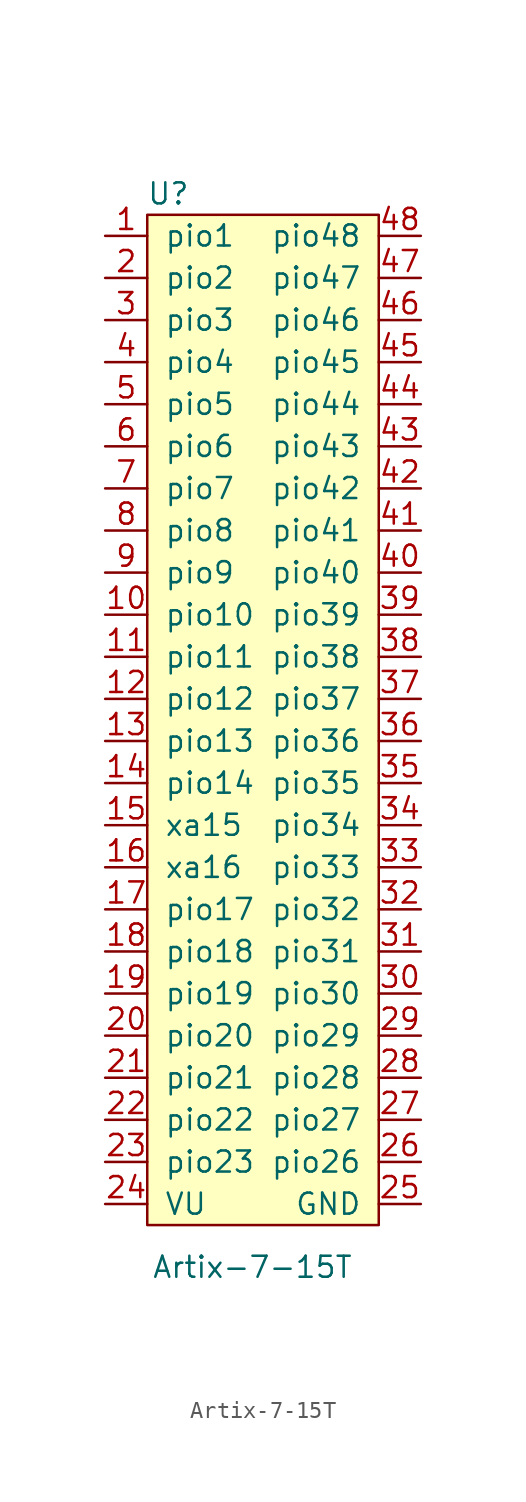
<source format=kicad_sym>
(kicad_symbol_lib
  (version 20211014)
  (generator kicad_symbol_editor)
  (symbol "Artix-7-15T"
    (pin_names
      (offset 1.016))
    (property "Reference" "U"
      (at -5.08 34.29 0)
      (effects (font (size 1.27 1.27))))
    (property "Value" "Artix-7-15T"
      (at 0 -30.48 0)
      (effects (font (size 1.27 1.27))))
    (symbol "Artix-7-15T_0_1"
      (rectangle (start -6.35 33.02) (end 7.62 -27.94) (stroke (width 0) (type default) (color 0 0 0 0)) (fill (type background))))
    (symbol "Artix-7-15T_1_1"
      (pin tri_state line (at -8.89 31.75 0) (length 2.54) (name "pio1" (effects (font (size 1.27 1.27)))) (number "1" (effects (font (size 1.27 1.27)))))
      (pin tri_state line (at -8.89 8.89 0) (length 2.54) (name "pio10" (effects (font (size 1.27 1.27)))) (number "10" (effects (font (size 1.27 1.27)))))
      (pin tri_state line (at -8.89 6.35 0) (length 2.54) (name "pio11" (effects (font (size 1.27 1.27)))) (number "11" (effects (font (size 1.27 1.27)))))
      (pin tri_state line (at -8.89 3.81 0) (length 2.54) (name "pio12" (effects (font (size 1.27 1.27)))) (number "12" (effects (font (size 1.27 1.27)))))
      (pin tri_state line (at -8.89 1.27 0) (length 2.54) (name "pio13" (effects (font (size 1.27 1.27)))) (number "13" (effects (font (size 1.27 1.27)))))
      (pin tri_state line (at -8.89 -1.27 0) (length 2.54) (name "pio14" (effects (font (size 1.27 1.27)))) (number "14" (effects (font (size 1.27 1.27)))))
      (pin tri_state line (at -8.89 -3.81 0) (length 2.54) (name "xa15" (effects (font (size 1.27 1.27)))) (number "15" (effects (font (size 1.27 1.27)))))
      (pin tri_state line (at -8.89 -6.35 0) (length 2.54) (name "xa16" (effects (font (size 1.27 1.27)))) (number "16" (effects (font (size 1.27 1.27)))))
      (pin tri_state line (at -8.89 -8.89 0) (length 2.54) (name "pio17" (effects (font (size 1.27 1.27)))) (number "17" (effects (font (size 1.27 1.27)))))
      (pin tri_state line (at -8.89 -11.43 0) (length 2.54) (name "pio18" (effects (font (size 1.27 1.27)))) (number "18" (effects (font (size 1.27 1.27)))))
      (pin tri_state line (at -8.89 -13.97 0) (length 2.54) (name "pio19" (effects (font (size 1.27 1.27)))) (number "19" (effects (font (size 1.27 1.27)))))
      (pin tri_state line (at -8.89 29.21 0) (length 2.54) (name "pio2" (effects (font (size 1.27 1.27)))) (number "2" (effects (font (size 1.27 1.27)))))
      (pin tri_state line (at -8.89 -16.51 0) (length 2.54) (name "pio20" (effects (font (size 1.27 1.27)))) (number "20" (effects (font (size 1.27 1.27)))))
      (pin tri_state line (at -8.89 -19.05 0) (length 2.54) (name "pio21" (effects (font (size 1.27 1.27)))) (number "21" (effects (font (size 1.27 1.27)))))
      (pin tri_state line (at -8.89 -21.59 0) (length 2.54) (name "pio22" (effects (font (size 1.27 1.27)))) (number "22" (effects (font (size 1.27 1.27)))))
      (pin tri_state line (at -8.89 -24.13 0) (length 2.54) (name "pio23" (effects (font (size 1.27 1.27)))) (number "23" (effects (font (size 1.27 1.27)))))
      (pin power_in line (at -8.89 -26.67 0) (length 2.54) (name "VU" (effects (font (size 1.27 1.27)))) (number "24" (effects (font (size 1.27 1.27)))))
      (pin input line (at 10.16 -26.67 180) (length 2.54) (name "GND" (effects (font (size 1.27 1.27)))) (number "25" (effects (font (size 1.27 1.27)))))
      (pin tri_state line (at 10.16 -24.13 180) (length 2.54) (name "pio26" (effects (font (size 1.27 1.27)))) (number "26" (effects (font (size 1.27 1.27)))))
      (pin tri_state line (at 10.16 -21.59 180) (length 2.54) (name "pio27" (effects (font (size 1.27 1.27)))) (number "27" (effects (font (size 1.27 1.27)))))
      (pin tri_state line (at 10.16 -19.05 180) (length 2.54) (name "pio28" (effects (font (size 1.27 1.27)))) (number "28" (effects (font (size 1.27 1.27)))))
      (pin tri_state line (at 10.16 -16.51 180) (length 2.54) (name "pio29" (effects (font (size 1.27 1.27)))) (number "29" (effects (font (size 1.27 1.27)))))
      (pin tri_state line (at -8.89 26.67 0) (length 2.54) (name "pio3" (effects (font (size 1.27 1.27)))) (number "3" (effects (font (size 1.27 1.27)))))
      (pin tri_state line (at 10.16 -13.97 180) (length 2.54) (name "pio30" (effects (font (size 1.27 1.27)))) (number "30" (effects (font (size 1.27 1.27)))))
      (pin tri_state line (at 10.16 -11.43 180) (length 2.54) (name "pio31" (effects (font (size 1.27 1.27)))) (number "31" (effects (font (size 1.27 1.27)))))
      (pin tri_state line (at 10.16 -8.89 180) (length 2.54) (name "pio32" (effects (font (size 1.27 1.27)))) (number "32" (effects (font (size 1.27 1.27)))))
      (pin tri_state line (at 10.16 -6.35 180) (length 2.54) (name "pio33" (effects (font (size 1.27 1.27)))) (number "33" (effects (font (size 1.27 1.27)))))
      (pin tri_state line (at 10.16 -3.81 180) (length 2.54) (name "pio34" (effects (font (size 1.27 1.27)))) (number "34" (effects (font (size 1.27 1.27)))))
      (pin tri_state line (at 10.16 -1.27 180) (length 2.54) (name "pio35" (effects (font (size 1.27 1.27)))) (number "35" (effects (font (size 1.27 1.27)))))
      (pin tri_state line (at 10.16 1.27 180) (length 2.54) (name "pio36" (effects (font (size 1.27 1.27)))) (number "36" (effects (font (size 1.27 1.27)))))
      (pin tri_state line (at 10.16 3.81 180) (length 2.54) (name "pio37" (effects (font (size 1.27 1.27)))) (number "37" (effects (font (size 1.27 1.27)))))
      (pin tri_state line (at 10.16 6.35 180) (length 2.54) (name "pio38" (effects (font (size 1.27 1.27)))) (number "38" (effects (font (size 1.27 1.27)))))
      (pin tri_state line (at 10.16 8.89 180) (length 2.54) (name "pio39" (effects (font (size 1.27 1.27)))) (number "39" (effects (font (size 1.27 1.27)))))
      (pin tri_state line (at -8.89 24.13 0) (length 2.54) (name "pio4" (effects (font (size 1.27 1.27)))) (number "4" (effects (font (size 1.27 1.27)))))
      (pin tri_state line (at 10.16 11.43 180) (length 2.54) (name "pio40" (effects (font (size 1.27 1.27)))) (number "40" (effects (font (size 1.27 1.27)))))
      (pin tri_state line (at 10.16 13.97 180) (length 2.54) (name "pio41" (effects (font (size 1.27 1.27)))) (number "41" (effects (font (size 1.27 1.27)))))
      (pin tri_state line (at 10.16 16.51 180) (length 2.54) (name "pio42" (effects (font (size 1.27 1.27)))) (number "42" (effects (font (size 1.27 1.27)))))
      (pin tri_state line (at 10.16 19.05 180) (length 2.54) (name "pio43" (effects (font (size 1.27 1.27)))) (number "43" (effects (font (size 1.27 1.27)))))
      (pin tri_state line (at 10.16 21.59 180) (length 2.54) (name "pio44" (effects (font (size 1.27 1.27)))) (number "44" (effects (font (size 1.27 1.27)))))
      (pin tri_state line (at 10.16 24.13 180) (length 2.54) (name "pio45" (effects (font (size 1.27 1.27)))) (number "45" (effects (font (size 1.27 1.27)))))
      (pin tri_state line (at 10.16 26.67 180) (length 2.54) (name "pio46" (effects (font (size 1.27 1.27)))) (number "46" (effects (font (size 1.27 1.27)))))
      (pin tri_state line (at 10.16 29.21 180) (length 2.54) (name "pio47" (effects (font (size 1.27 1.27)))) (number "47" (effects (font (size 1.27 1.27)))))
      (pin tri_state line (at 10.16 31.75 180) (length 2.54) (name "pio48" (effects (font (size 1.27 1.27)))) (number "48" (effects (font (size 1.27 1.27)))))
      (pin tri_state line (at -8.89 21.59 0) (length 2.54) (name "pio5" (effects (font (size 1.27 1.27)))) (number "5" (effects (font (size 1.27 1.27)))))
      (pin tri_state line (at -8.89 19.05 0) (length 2.54) (name "pio6" (effects (font (size 1.27 1.27)))) (number "6" (effects (font (size 1.27 1.27)))))
      (pin tri_state line (at -8.89 16.51 0) (length 2.54) (name "pio7" (effects (font (size 1.27 1.27)))) (number "7" (effects (font (size 1.27 1.27)))))
      (pin tri_state line (at -8.89 13.97 0) (length 2.54) (name "pio8" (effects (font (size 1.27 1.27)))) (number "8" (effects (font (size 1.27 1.27)))))
      (pin tri_state line (at -8.89 11.43 0) (length 2.54) (name "pio9" (effects (font (size 1.27 1.27)))) (number "9" (effects (font (size 1.27 1.27))))))))
</source>
